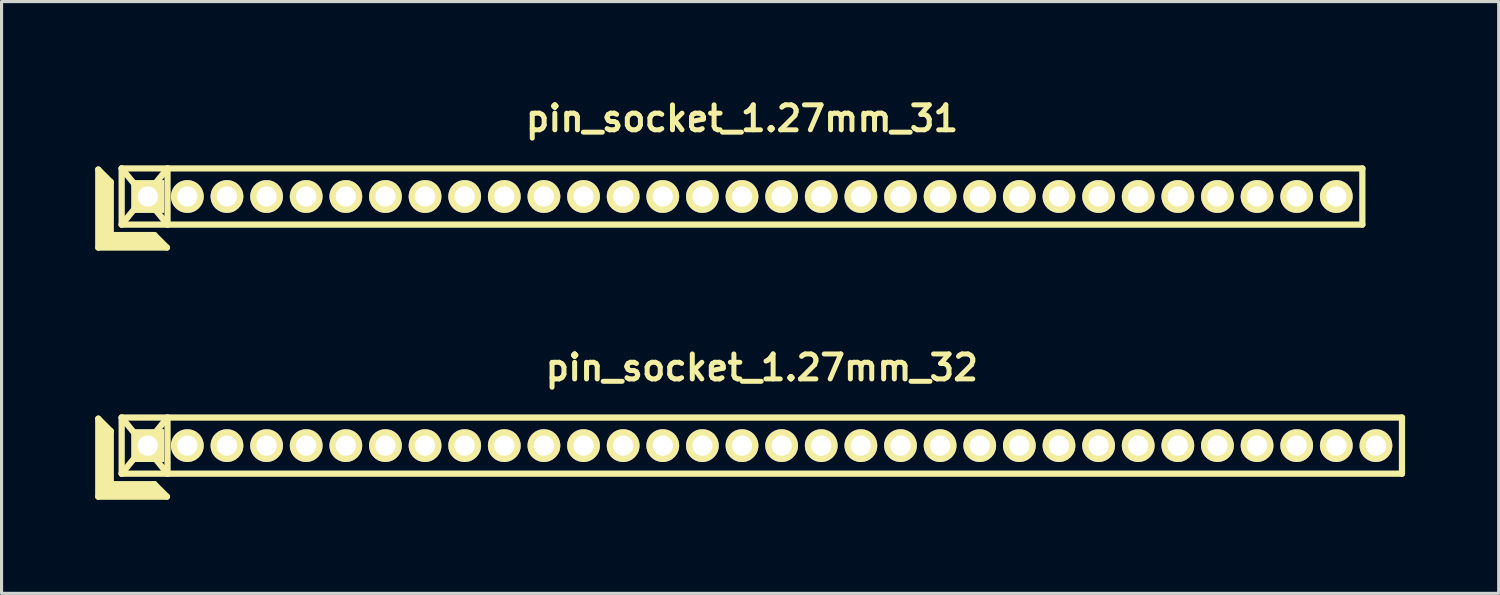
<source format=kicad_pcb>
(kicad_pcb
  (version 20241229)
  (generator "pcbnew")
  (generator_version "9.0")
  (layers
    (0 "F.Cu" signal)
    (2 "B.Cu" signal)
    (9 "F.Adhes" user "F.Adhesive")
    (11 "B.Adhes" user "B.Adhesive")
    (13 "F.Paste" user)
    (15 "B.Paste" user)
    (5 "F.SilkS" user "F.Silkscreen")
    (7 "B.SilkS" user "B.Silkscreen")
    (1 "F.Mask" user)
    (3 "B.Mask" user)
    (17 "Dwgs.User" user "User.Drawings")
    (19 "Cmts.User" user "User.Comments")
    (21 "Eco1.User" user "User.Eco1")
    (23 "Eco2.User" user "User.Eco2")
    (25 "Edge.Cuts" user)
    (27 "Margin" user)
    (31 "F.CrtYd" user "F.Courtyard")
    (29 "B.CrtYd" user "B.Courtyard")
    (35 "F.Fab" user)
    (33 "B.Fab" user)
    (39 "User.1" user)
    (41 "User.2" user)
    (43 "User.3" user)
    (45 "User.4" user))
  (footprint "pin_socket_1.27mm_32"
    (layer "F.Cu")
    (at 21.37 11.234)
    (property "Reference" "pin_socket_1.27mm_32" (at 0 -2.5 0) (layer "F.SilkS") (effects (font (size 0.8 0.8) (thickness 0.16))))
    (attr through_hole)
    (fp_line (start -21.27 -0.864) (end -21.27 1.636) (stroke (width 0.2) (type solid)) (layer "F.SilkS"))
    (fp_line (start -21.27 -0.864) (end -20.87 -0.464) (stroke (width 0.2) (type solid)) (layer "F.SilkS"))
    (fp_line (start -21.27 1.636) (end -19.07 1.636) (stroke (width 0.2) (type solid)) (layer "F.SilkS"))
    (fp_line (start -21.17 1.536) (end -21.17 -0.664) (stroke (width 0.2) (type solid)) (layer "F.SilkS"))
    (fp_line (start -21.17 1.536) (end -19.27 1.536) (stroke (width 0.2) (type solid)) (layer "F.SilkS"))
    (fp_line (start -21.07 1.436) (end -21.07 -0.564) (stroke (width 0.2) (type solid)) (layer "F.SilkS"))
    (fp_line (start -21.07 1.436) (end -19.37 1.436) (stroke (width 0.2) (type solid)) (layer "F.SilkS"))
    (fp_line (start -20.97 1.336) (end -20.97 -0.464) (stroke (width 0.2) (type solid)) (layer "F.SilkS"))
    (fp_line (start -20.97 1.336) (end -19.47 1.336) (stroke (width 0.2) (type solid)) (layer "F.SilkS"))
    (fp_line (start -20.87 1.236) (end -20.87 -0.464) (stroke (width 0.2) (type solid)) (layer "F.SilkS"))
    (fp_line (start -20.87 1.236) (end -19.47 1.236) (stroke (width 0.2) (type solid)) (layer "F.SilkS"))
    (fp_line (start -20.52 -0.9) (end -19.05 0.9) (stroke (width 0.2) (type solid)) (layer "F.SilkS"))
    (fp_line (start -20.52 -0.9) (end 20.52 -0.9) (stroke (width 0.2) (type solid)) (layer "F.SilkS"))
    (fp_line (start -20.52 0.9) (end -20.52 -0.9) (stroke (width 0.2) (type solid)) (layer "F.SilkS"))
    (fp_line (start -20.52 0.9) (end -19.05 -0.9) (stroke (width 0.2) (type solid)) (layer "F.SilkS"))
    (fp_line (start -19.47 1.236) (end -19.07 1.636) (stroke (width 0.2) (type solid)) (layer "F.SilkS"))
    (fp_line (start -19.05 -0.9) (end -19.05 0.9) (stroke (width 0.2) (type solid)) (layer "F.SilkS"))
    (fp_line (start 20.52 -0.9) (end 20.52 0.9) (stroke (width 0.2) (type solid)) (layer "F.SilkS"))
    (fp_line (start 20.52 0.9) (end -20.52 0.9) (stroke (width 0.2) (type solid)) (layer "F.SilkS"))
    (pad "1" thru_hole rect (at -19.685 0) (size 1.05 1.05) (drill 0.65) (layers "*.Cu" "*.Mask" "F.SilkS"))
    (pad "2" thru_hole oval (at -18.415 0) (size 1.05 1.05) (drill 0.65) (layers "*.Cu" "*.Mask" "F.SilkS"))
    (pad "3" thru_hole oval (at -17.145 0) (size 1.05 1.05) (drill 0.65) (layers "*.Cu" "*.Mask" "F.SilkS"))
    (pad "4" thru_hole oval (at -15.875 0) (size 1.05 1.05) (drill 0.65) (layers "*.Cu" "*.Mask" "F.SilkS"))
    (pad "5" thru_hole oval (at -14.605 0) (size 1.05 1.05) (drill 0.65) (layers "*.Cu" "*.Mask" "F.SilkS"))
    (pad "6" thru_hole oval (at -13.335 0) (size 1.05 1.05) (drill 0.65) (layers "*.Cu" "*.Mask" "F.SilkS"))
    (pad "7" thru_hole oval (at -12.065 0) (size 1.05 1.05) (drill 0.65) (layers "*.Cu" "*.Mask" "F.SilkS"))
    (pad "8" thru_hole oval (at -10.795 0) (size 1.05 1.05) (drill 0.65) (layers "*.Cu" "*.Mask" "F.SilkS"))
    (pad "9" thru_hole oval (at -9.525 0) (size 1.05 1.05) (drill 0.65) (layers "*.Cu" "*.Mask" "F.SilkS"))
    (pad "10" thru_hole oval (at -8.255 0) (size 1.05 1.05) (drill 0.65) (layers "*.Cu" "*.Mask" "F.SilkS"))
    (pad "11" thru_hole oval (at -6.985 0) (size 1.05 1.05) (drill 0.65) (layers "*.Cu" "*.Mask" "F.SilkS"))
    (pad "12" thru_hole oval (at -5.715 0) (size 1.05 1.05) (drill 0.65) (layers "*.Cu" "*.Mask" "F.SilkS"))
    (pad "13" thru_hole oval (at -4.445 0) (size 1.05 1.05) (drill 0.65) (layers "*.Cu" "*.Mask" "F.SilkS"))
    (pad "14" thru_hole oval (at -3.175 0) (size 1.05 1.05) (drill 0.65) (layers "*.Cu" "*.Mask" "F.SilkS"))
    (pad "15" thru_hole oval (at -1.905 0) (size 1.05 1.05) (drill 0.65) (layers "*.Cu" "*.Mask" "F.SilkS"))
    (pad "16" thru_hole oval (at -0.635 0) (size 1.05 1.05) (drill 0.65) (layers "*.Cu" "*.Mask" "F.SilkS"))
    (pad "17" thru_hole oval (at 0.635 0) (size 1.05 1.05) (drill 0.65) (layers "*.Cu" "*.Mask" "F.SilkS"))
    (pad "18" thru_hole oval (at 1.905 0) (size 1.05 1.05) (drill 0.65) (layers "*.Cu" "*.Mask" "F.SilkS"))
    (pad "19" thru_hole oval (at 3.175 0) (size 1.05 1.05) (drill 0.65) (layers "*.Cu" "*.Mask" "F.SilkS"))
    (pad "20" thru_hole oval (at 4.445 0) (size 1.05 1.05) (drill 0.65) (layers "*.Cu" "*.Mask" "F.SilkS"))
    (pad "21" thru_hole oval (at 5.715 0) (size 1.05 1.05) (drill 0.65) (layers "*.Cu" "*.Mask" "F.SilkS"))
    (pad "22" thru_hole oval (at 6.985 0) (size 1.05 1.05) (drill 0.65) (layers "*.Cu" "*.Mask" "F.SilkS"))
    (pad "23" thru_hole oval (at 8.255 0) (size 1.05 1.05) (drill 0.65) (layers "*.Cu" "*.Mask" "F.SilkS"))
    (pad "24" thru_hole oval (at 9.525 0) (size 1.05 1.05) (drill 0.65) (layers "*.Cu" "*.Mask" "F.SilkS"))
    (pad "25" thru_hole oval (at 10.795 0) (size 1.05 1.05) (drill 0.65) (layers "*.Cu" "*.Mask" "F.SilkS"))
    (pad "26" thru_hole oval (at 12.065 0) (size 1.05 1.05) (drill 0.65) (layers "*.Cu" "*.Mask" "F.SilkS"))
    (pad "27" thru_hole oval (at 13.335 0) (size 1.05 1.05) (drill 0.65) (layers "*.Cu" "*.Mask" "F.SilkS"))
    (pad "28" thru_hole oval (at 14.605 0) (size 1.05 1.05) (drill 0.65) (layers "*.Cu" "*.Mask" "F.SilkS"))
    (pad "29" thru_hole oval (at 15.875 0) (size 1.05 1.05) (drill 0.65) (layers "*.Cu" "*.Mask" "F.SilkS"))
    (pad "30" thru_hole oval (at 17.145 0) (size 1.05 1.05) (drill 0.65) (layers "*.Cu" "*.Mask" "F.SilkS"))
    (pad "31" thru_hole oval (at 18.415 0) (size 1.05 1.05) (drill 0.65) (layers "*.Cu" "*.Mask" "F.SilkS"))
    (pad "32" thru_hole oval (at 19.685 0) (size 1.05 1.05) (drill 0.65) (layers "*.Cu" "*.Mask" "F.SilkS")))
  (footprint "pin_socket_1.27mm_31"
    (layer "F.Cu")
    (at 20.735 3.249)
    (property "Reference" "pin_socket_1.27mm_31" (at 0 -2.5 0) (layer "F.SilkS") (effects (font (size 0.8 0.8) (thickness 0.16))))
    (attr through_hole)
    (fp_line (start -20.635 -0.864) (end -20.635 1.636) (stroke (width 0.2) (type solid)) (layer "F.SilkS"))
    (fp_line (start -20.635 -0.864) (end -20.235 -0.464) (stroke (width 0.2) (type solid)) (layer "F.SilkS"))
    (fp_line (start -20.635 1.636) (end -18.435 1.636) (stroke (width 0.2) (type solid)) (layer "F.SilkS"))
    (fp_line (start -20.535 1.536) (end -20.535 -0.664) (stroke (width 0.2) (type solid)) (layer "F.SilkS"))
    (fp_line (start -20.535 1.536) (end -18.635 1.536) (stroke (width 0.2) (type solid)) (layer "F.SilkS"))
    (fp_line (start -20.435 1.436) (end -20.435 -0.564) (stroke (width 0.2) (type solid)) (layer "F.SilkS"))
    (fp_line (start -20.435 1.436) (end -18.735 1.436) (stroke (width 0.2) (type solid)) (layer "F.SilkS"))
    (fp_line (start -20.335 1.336) (end -20.335 -0.464) (stroke (width 0.2) (type solid)) (layer "F.SilkS"))
    (fp_line (start -20.335 1.336) (end -18.835 1.336) (stroke (width 0.2) (type solid)) (layer "F.SilkS"))
    (fp_line (start -20.235 1.236) (end -20.235 -0.464) (stroke (width 0.2) (type solid)) (layer "F.SilkS"))
    (fp_line (start -20.235 1.236) (end -18.835 1.236) (stroke (width 0.2) (type solid)) (layer "F.SilkS"))
    (fp_line (start -19.885 -0.9) (end -18.415 0.9) (stroke (width 0.2) (type solid)) (layer "F.SilkS"))
    (fp_line (start -19.885 -0.9) (end 19.885 -0.9) (stroke (width 0.2) (type solid)) (layer "F.SilkS"))
    (fp_line (start -19.885 0.9) (end -19.885 -0.9) (stroke (width 0.2) (type solid)) (layer "F.SilkS"))
    (fp_line (start -19.885 0.9) (end -18.415 -0.9) (stroke (width 0.2) (type solid)) (layer "F.SilkS"))
    (fp_line (start -18.835 1.236) (end -18.435 1.636) (stroke (width 0.2) (type solid)) (layer "F.SilkS"))
    (fp_line (start -18.415 -0.9) (end -18.415 0.9) (stroke (width 0.2) (type solid)) (layer "F.SilkS"))
    (fp_line (start 19.885 -0.9) (end 19.885 0.9) (stroke (width 0.2) (type solid)) (layer "F.SilkS"))
    (fp_line (start 19.885 0.9) (end -19.885 0.9) (stroke (width 0.2) (type solid)) (layer "F.SilkS"))
    (pad "1" thru_hole rect (at -19.05 0) (size 1.05 1.05) (drill 0.65) (layers "*.Cu" "*.Mask" "F.SilkS"))
    (pad "2" thru_hole oval (at -17.78 0) (size 1.05 1.05) (drill 0.65) (layers "*.Cu" "*.Mask" "F.SilkS"))
    (pad "3" thru_hole oval (at -16.51 0) (size 1.05 1.05) (drill 0.65) (layers "*.Cu" "*.Mask" "F.SilkS"))
    (pad "4" thru_hole oval (at -15.24 0) (size 1.05 1.05) (drill 0.65) (layers "*.Cu" "*.Mask" "F.SilkS"))
    (pad "5" thru_hole oval (at -13.97 0) (size 1.05 1.05) (drill 0.65) (layers "*.Cu" "*.Mask" "F.SilkS"))
    (pad "6" thru_hole oval (at -12.7 0) (size 1.05 1.05) (drill 0.65) (layers "*.Cu" "*.Mask" "F.SilkS"))
    (pad "7" thru_hole oval (at -11.43 0) (size 1.05 1.05) (drill 0.65) (layers "*.Cu" "*.Mask" "F.SilkS"))
    (pad "8" thru_hole oval (at -10.16 0) (size 1.05 1.05) (drill 0.65) (layers "*.Cu" "*.Mask" "F.SilkS"))
    (pad "9" thru_hole oval (at -8.89 0) (size 1.05 1.05) (drill 0.65) (layers "*.Cu" "*.Mask" "F.SilkS"))
    (pad "10" thru_hole oval (at -7.62 0) (size 1.05 1.05) (drill 0.65) (layers "*.Cu" "*.Mask" "F.SilkS"))
    (pad "11" thru_hole oval (at -6.35 0) (size 1.05 1.05) (drill 0.65) (layers "*.Cu" "*.Mask" "F.SilkS"))
    (pad "12" thru_hole oval (at -5.08 0) (size 1.05 1.05) (drill 0.65) (layers "*.Cu" "*.Mask" "F.SilkS"))
    (pad "13" thru_hole oval (at -3.81 0) (size 1.05 1.05) (drill 0.65) (layers "*.Cu" "*.Mask" "F.SilkS"))
    (pad "14" thru_hole oval (at -2.54 0) (size 1.05 1.05) (drill 0.65) (layers "*.Cu" "*.Mask" "F.SilkS"))
    (pad "15" thru_hole oval (at -1.27 0) (size 1.05 1.05) (drill 0.65) (layers "*.Cu" "*.Mask" "F.SilkS"))
    (pad "16" thru_hole oval (at 0 0) (size 1.05 1.05) (drill 0.65) (layers "*.Cu" "*.Mask" "F.SilkS"))
    (pad "17" thru_hole oval (at 1.27 0) (size 1.05 1.05) (drill 0.65) (layers "*.Cu" "*.Mask" "F.SilkS"))
    (pad "18" thru_hole oval (at 2.54 0) (size 1.05 1.05) (drill 0.65) (layers "*.Cu" "*.Mask" "F.SilkS"))
    (pad "19" thru_hole oval (at 3.81 0) (size 1.05 1.05) (drill 0.65) (layers "*.Cu" "*.Mask" "F.SilkS"))
    (pad "20" thru_hole oval (at 5.08 0) (size 1.05 1.05) (drill 0.65) (layers "*.Cu" "*.Mask" "F.SilkS"))
    (pad "21" thru_hole oval (at 6.35 0) (size 1.05 1.05) (drill 0.65) (layers "*.Cu" "*.Mask" "F.SilkS"))
    (pad "22" thru_hole oval (at 7.62 0) (size 1.05 1.05) (drill 0.65) (layers "*.Cu" "*.Mask" "F.SilkS"))
    (pad "23" thru_hole oval (at 8.89 0) (size 1.05 1.05) (drill 0.65) (layers "*.Cu" "*.Mask" "F.SilkS"))
    (pad "24" thru_hole oval (at 10.16 0) (size 1.05 1.05) (drill 0.65) (layers "*.Cu" "*.Mask" "F.SilkS"))
    (pad "25" thru_hole oval (at 11.43 0) (size 1.05 1.05) (drill 0.65) (layers "*.Cu" "*.Mask" "F.SilkS"))
    (pad "26" thru_hole oval (at 12.7 0) (size 1.05 1.05) (drill 0.65) (layers "*.Cu" "*.Mask" "F.SilkS"))
    (pad "27" thru_hole oval (at 13.97 0) (size 1.05 1.05) (drill 0.65) (layers "*.Cu" "*.Mask" "F.SilkS"))
    (pad "28" thru_hole oval (at 15.24 0) (size 1.05 1.05) (drill 0.65) (layers "*.Cu" "*.Mask" "F.SilkS"))
    (pad "29" thru_hole oval (at 16.51 0) (size 1.05 1.05) (drill 0.65) (layers "*.Cu" "*.Mask" "F.SilkS"))
    (pad "30" thru_hole oval (at 17.78 0) (size 1.05 1.05) (drill 0.65) (layers "*.Cu" "*.Mask" "F.SilkS"))
    (pad "31" thru_hole oval (at 19.05 0) (size 1.05 1.05) (drill 0.65) (layers "*.Cu" "*.Mask" "F.SilkS")))
  (gr_rect
    (start -3 -3)
    (end 44.99 15.97)
    (stroke (width 0.1) (type default))
    (fill no)
    (layer "Edge.Cuts")))
</source>
